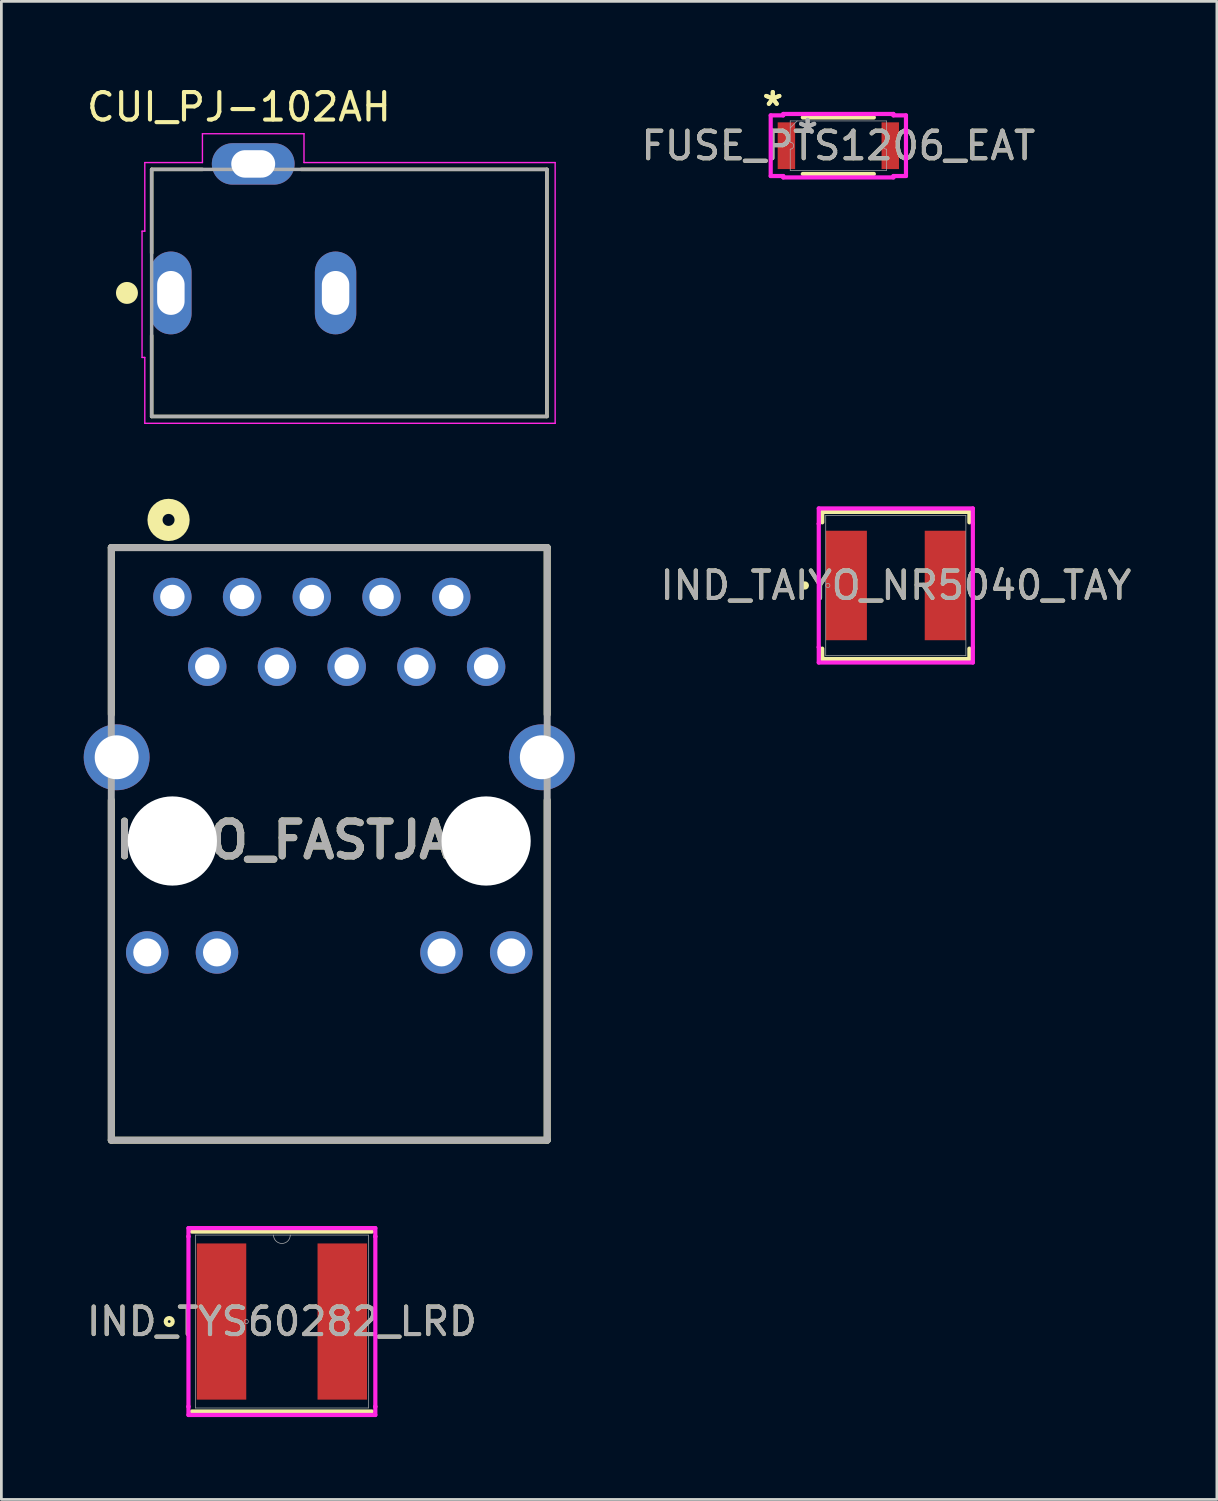
<source format=kicad_pcb>
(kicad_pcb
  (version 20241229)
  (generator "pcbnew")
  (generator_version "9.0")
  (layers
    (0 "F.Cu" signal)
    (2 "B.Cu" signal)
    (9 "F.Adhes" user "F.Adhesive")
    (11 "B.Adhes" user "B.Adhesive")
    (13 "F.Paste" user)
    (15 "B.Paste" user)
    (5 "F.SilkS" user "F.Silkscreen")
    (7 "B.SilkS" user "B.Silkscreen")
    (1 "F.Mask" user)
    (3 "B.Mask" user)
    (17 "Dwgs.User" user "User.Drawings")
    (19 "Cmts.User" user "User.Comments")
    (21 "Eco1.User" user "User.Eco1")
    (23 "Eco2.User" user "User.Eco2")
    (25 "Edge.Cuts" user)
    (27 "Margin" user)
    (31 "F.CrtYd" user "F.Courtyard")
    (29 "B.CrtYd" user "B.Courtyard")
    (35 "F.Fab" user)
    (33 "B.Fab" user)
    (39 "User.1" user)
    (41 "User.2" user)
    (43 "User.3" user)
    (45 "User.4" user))
  (footprint "HALO_FASTJACK"
    (layer "F.Cu")
    (at 8.945 24.539)
    (property "Reference" "HALO_FASTJACK" (at -0.414 3.019 0) (layer "F.SilkS") (effects (font (size 1.27 1.27) (thickness 0.254))))
    (attr through_hole)
    (fp_line (start -7.94 -7.64) (end -7.94 -1.564) (stroke (width 0.254) (type solid)) (layer "F.SilkS"))
    (fp_line (start -7.94 13.95) (end -7.94 1.564) (stroke (width 0.254) (type solid)) (layer "F.SilkS"))
    (fp_line (start -7.94 13.95) (end 7.94 13.95) (stroke (width 0.254) (type solid)) (layer "F.SilkS"))
    (fp_line (start 7.94 -7.64) (end -7.94 -7.64) (stroke (width 0.254) (type solid)) (layer "F.SilkS"))
    (fp_line (start 7.94 -7.64) (end 7.94 -1.564) (stroke (width 0.254) (type solid)) (layer "F.SilkS"))
    (fp_line (start 7.94 13.95) (end 7.94 1.564) (stroke (width 0.254) (type solid)) (layer "F.SilkS"))
    (fp_circle (center -5.854 -8.648) (end -5.854 -8.429) (stroke (width 0.55) (type solid)) (fill no) (layer "F.SilkS"))
    (fp_line (start -7.94 -7.64) (end 7.94 -7.64) (stroke (width 0.254) (type solid)) (layer "F.Fab"))
    (fp_line (start -7.94 13.95) (end -7.94 -7.64) (stroke (width 0.254) (type solid)) (layer "F.Fab"))
    (fp_line (start 7.94 -7.64) (end 7.94 13.95) (stroke (width 0.254) (type solid)) (layer "F.Fab"))
    (fp_line (start 7.94 13.95) (end -7.94 13.95) (stroke (width 0.254) (type solid)) (layer "F.Fab"))
    (fp_text user "${REFERENCE}" (at -0.414 3.019 0) (layer "F.Fab") (effects (font (size 1.27 1.27) (thickness 0.254))))
    (pad "" np_thru_hole circle (at -5.715 3.05) (size 3.25 3.25) (drill 3.25) (layers "*.Cu" "*.Mask"))
    (pad "" np_thru_hole circle (at 5.715 3.05) (size 3.25 3.25) (drill 3.25) (layers "*.Cu" "*.Mask"))
    (pad "1" thru_hole circle (at -5.715 -5.84) (size 1.4 1.4) (drill 0.89) (layers "*.Cu" "*.Mask"))
    (pad "2" thru_hole circle (at -4.445 -3.3) (size 1.4 1.4) (drill 0.89) (layers "*.Cu" "*.Mask"))
    (pad "3" thru_hole circle (at -3.175 -5.84) (size 1.4 1.4) (drill 0.89) (layers "*.Cu" "*.Mask"))
    (pad "4" thru_hole circle (at -1.905 -3.3) (size 1.4 1.4) (drill 0.89) (layers "*.Cu" "*.Mask"))
    (pad "5" thru_hole circle (at -0.635 -5.84) (size 1.4 1.4) (drill 0.89) (layers "*.Cu" "*.Mask"))
    (pad "6" thru_hole circle (at 0.635 -3.3) (size 1.4 1.4) (drill 0.89) (layers "*.Cu" "*.Mask"))
    (pad "7" thru_hole circle (at 1.905 -5.84) (size 1.4 1.4) (drill 0.89) (layers "*.Cu" "*.Mask"))
    (pad "8" thru_hole circle (at 3.175 -3.3) (size 1.4 1.4) (drill 0.89) (layers "*.Cu" "*.Mask"))
    (pad "9" thru_hole circle (at 4.445 -5.84) (size 1.4 1.4) (drill 0.89) (layers "*.Cu" "*.Mask"))
    (pad "10" thru_hole circle (at 5.715 -3.3) (size 1.4 1.4) (drill 0.89) (layers "*.Cu" "*.Mask"))
    (pad "11" thru_hole circle (at -6.63 7.11) (size 1.55 1.55) (drill 1.02) (layers "*.Cu" "*.Mask"))
    (pad "12" thru_hole circle (at -4.09 7.11) (size 1.55 1.55) (drill 1.02) (layers "*.Cu" "*.Mask"))
    (pad "13" thru_hole circle (at 4.09 7.11) (size 1.55 1.55) (drill 1.02) (layers "*.Cu" "*.Mask"))
    (pad "14" thru_hole circle (at 6.63 7.11) (size 1.55 1.55) (drill 1.02) (layers "*.Cu" "*.Mask"))
    (pad "15" thru_hole circle (at -7.745 0) (size 2.4 2.4) (drill 1.6) (layers "*.Cu" "*.Mask"))
    (pad "16" thru_hole circle (at 7.745 0) (size 2.4 2.4) (drill 1.6) (layers "*.Cu" "*.Mask")))
  (footprint "FUSE_PTS1206_EAT"
    (layer "F.Cu")
    (at 27.492 2.258)
    (property "Reference" "FUSE_PTS1206_EAT" (at 0 0 0) (unlocked yes) (layer "F.SilkS") (effects (font (size 1 1) (thickness 0.15))))
    (attr smd)
    (fp_line (start -1.294 -1.029) (end 1.294 -1.029) (stroke (width 0.152) (type solid)) (layer "F.SilkS"))
    (fp_line (start -1.294 1.029) (end 1.294 1.029) (stroke (width 0.152) (type solid)) (layer "F.SilkS"))
    (fp_line (start -2.464 -1.105) (end -2.007 -1.105) (stroke (width 0.152) (type solid)) (layer "F.CrtYd"))
    (fp_line (start -2.464 1.105) (end -2.464 -1.105) (stroke (width 0.152) (type solid)) (layer "F.CrtYd"))
    (fp_line (start -2.464 1.105) (end -2.007 1.105) (stroke (width 0.152) (type solid)) (layer "F.CrtYd"))
    (fp_line (start -2.007 -1.156) (end 2.007 -1.156) (stroke (width 0.152) (type solid)) (layer "F.CrtYd"))
    (fp_line (start -2.007 -1.105) (end -2.007 -1.156) (stroke (width 0.152) (type solid)) (layer "F.CrtYd"))
    (fp_line (start -2.007 1.156) (end -2.007 1.105) (stroke (width 0.152) (type solid)) (layer "F.CrtYd"))
    (fp_line (start 2.007 -1.156) (end 2.007 -1.105) (stroke (width 0.152) (type solid)) (layer "F.CrtYd"))
    (fp_line (start 2.007 1.105) (end 2.007 1.156) (stroke (width 0.152) (type solid)) (layer "F.CrtYd"))
    (fp_line (start 2.007 1.156) (end -2.007 1.156) (stroke (width 0.152) (type solid)) (layer "F.CrtYd"))
    (fp_line (start 2.464 -1.105) (end 2.007 -1.105) (stroke (width 0.152) (type solid)) (layer "F.CrtYd"))
    (fp_line (start 2.464 -1.105) (end 2.464 1.105) (stroke (width 0.152) (type solid)) (layer "F.CrtYd"))
    (fp_line (start 2.464 1.105) (end 2.007 1.105) (stroke (width 0.152) (type solid)) (layer "F.CrtYd"))
    (fp_line (start -1.753 -0.902) (end 1.753 -0.902) (stroke (width 0.025) (type solid)) (layer "F.Fab"))
    (fp_line (start -1.753 -0.127) (end -1.753 -0.902) (stroke (width 0.025) (type solid)) (layer "F.Fab"))
    (fp_line (start -1.753 0.127) (end -1.753 0.902) (stroke (width 0.025) (type solid)) (layer "F.Fab"))
    (fp_line (start -1.753 0.902) (end 1.753 0.902) (stroke (width 0.025) (type solid)) (layer "F.Fab"))
    (fp_line (start -1.499 -0.902) (end -1.753 -0.648) (stroke (width 0.025) (type solid)) (layer "F.Fab"))
    (fp_line (start 1.753 -0.127) (end 1.753 -0.902) (stroke (width 0.025) (type solid)) (layer "F.Fab"))
    (fp_line (start 1.753 0.127) (end 1.753 0.902) (stroke (width 0.025) (type solid)) (layer "F.Fab"))
    (fp_arc (start -1.7526 -0.127) (mid -1.6256 0) (end -1.7526 0.127) (stroke (width 0.0254) (type solid)) (layer "F.Fab"))
    (fp_arc (start 1.7526 0.127) (mid 1.6256 0) (end 1.7526 -0.127) (stroke (width 0.0254) (type solid)) (layer "F.Fab"))
    (fp_text user "*" (at -2.388 -1.41 0) (layer "F.SilkS") (effects (font (size 1 1) (thickness 0.15))))
    (fp_text user "*" (at -2.388 -1.41 0) (unlocked yes) (layer "F.SilkS") (effects (font (size 1 1) (thickness 0.15))))
    (fp_text user "*" (at -1.118 -0.394 0) (unlocked yes) (layer "F.Fab") (effects (font (size 1 1) (thickness 0.15))))
    (fp_text user "*" (at -1.118 -0.394 0) (layer "F.Fab") (effects (font (size 1 1) (thickness 0.15))))
    (fp_text user "${REFERENCE}" (at 0 0 0) (unlocked yes) (layer "F.Fab") (effects (font (size 1 1) (thickness 0.15))))
    (pad "1" smd rect (at -1.892 0) (size 0.635 1.702) (layers "F.Cu" "F.Mask" "F.Paste"))
    (pad "2" smd rect (at 1.892 0) (size 0.635 1.702) (layers "F.Cu" "F.Mask" "F.Paste")))
  (footprint "CUI_PJ-102AH"
    (layer "F.Cu")
    (at 9.675 7.622)
    (property "Reference" "CUI_PJ-102AH" (at -4.02 -6.773 0) (layer "F.SilkS") (effects (font (size 1.001 1.001) (thickness 0.15))))
    (attr through_hole)
    (fp_line (start -7.2 -4.5) (end -5.35 -4.5) (stroke (width 0.127) (type solid)) (layer "F.SilkS"))
    (fp_line (start -7.2 -1.45) (end -7.2 -4.5) (stroke (width 0.127) (type solid)) (layer "F.SilkS"))
    (fp_line (start -7.2 4.5) (end -7.2 1.55) (stroke (width 0.127) (type solid)) (layer "F.SilkS"))
    (fp_line (start -1.75 -4.5) (end 7.2 -4.5) (stroke (width 0.127) (type solid)) (layer "F.SilkS"))
    (fp_line (start 7.2 -4.5) (end 7.2 4.5) (stroke (width 0.127) (type solid)) (layer "F.SilkS"))
    (fp_line (start 7.2 4.5) (end -7.2 4.5) (stroke (width 0.127) (type solid)) (layer "F.SilkS"))
    (fp_circle (center -8.1 0) (end -7.9 0) (stroke (width 0.4) (type solid)) (fill no) (layer "F.SilkS"))
    (fp_line (start -7.55 -2.25) (end -7.55 2.35) (stroke (width 0.05) (type solid)) (layer "F.CrtYd"))
    (fp_line (start -7.55 2.35) (end -7.45 2.35) (stroke (width 0.05) (type solid)) (layer "F.CrtYd"))
    (fp_line (start -7.45 -4.75) (end -5.35 -4.75) (stroke (width 0.05) (type solid)) (layer "F.CrtYd"))
    (fp_line (start -7.45 -2.25) (end -7.55 -2.25) (stroke (width 0.05) (type solid)) (layer "F.CrtYd"))
    (fp_line (start -7.45 -2.25) (end -7.45 -4.75) (stroke (width 0.05) (type solid)) (layer "F.CrtYd"))
    (fp_line (start -7.45 4.75) (end -7.45 2.35) (stroke (width 0.05) (type solid)) (layer "F.CrtYd"))
    (fp_line (start -5.35 -5.8) (end -1.65 -5.8) (stroke (width 0.05) (type solid)) (layer "F.CrtYd"))
    (fp_line (start -5.35 -4.75) (end -5.35 -5.8) (stroke (width 0.05) (type solid)) (layer "F.CrtYd"))
    (fp_line (start -1.65 -5.8) (end -1.65 -4.75) (stroke (width 0.05) (type solid)) (layer "F.CrtYd"))
    (fp_line (start -1.65 -4.75) (end 7.5 -4.75) (stroke (width 0.05) (type solid)) (layer "F.CrtYd"))
    (fp_line (start 7.5 -4.75) (end 7.5 4.75) (stroke (width 0.05) (type solid)) (layer "F.CrtYd"))
    (fp_line (start 7.5 4.75) (end -7.45 4.75) (stroke (width 0.05) (type solid)) (layer "F.CrtYd"))
    (fp_line (start -7.2 -4.5) (end 7.2 -4.5) (stroke (width 0.127) (type solid)) (layer "F.Fab"))
    (fp_line (start -7.2 4.5) (end -7.2 -4.5) (stroke (width 0.127) (type solid)) (layer "F.Fab"))
    (fp_line (start 7.2 -4.5) (end 7.2 4.5) (stroke (width 0.127) (type solid)) (layer "F.Fab"))
    (fp_line (start 7.2 4.5) (end -7.2 4.5) (stroke (width 0.127) (type solid)) (layer "F.Fab"))
    (pad "1" thru_hole oval (at -6.5 0) (size 1.508 3.016) (drill oval 1 1.6) (layers "*.Cu" "*.Mask"))
    (pad "2" thru_hole oval (at -0.5 0) (size 1.508 3.016) (drill oval 1 1.6) (layers "*.Cu" "*.Mask"))
    (pad "3" thru_hole oval (at -3.5 -4.7) (size 3.016 1.508) (drill oval 1.6 1) (layers "*.Cu" "*.Mask")))
  (footprint "IND_TYS60282_LRD"
    (layer "F.Cu")
    (at 7.22 45.096)
    (property "Reference" "IND_TYS60282_LRD" (at 0 0 0) (unlocked yes) (layer "F.SilkS") (effects (font (size 1 1) (thickness 0.15))))
    (attr smd)
    (fp_line (start -3.277 3.277) (end 3.277 3.277) (stroke (width 0.152) (type solid)) (layer "F.SilkS"))
    (fp_line (start 3.277 -3.277) (end -3.277 -3.277) (stroke (width 0.152) (type solid)) (layer "F.SilkS"))
    (fp_circle (center -4.105 0) (end -3.978 0) (stroke (width 0.152) (type solid)) (fill no) (layer "F.SilkS"))
    (fp_line (start -3.404 -3.404) (end 3.404 -3.404) (stroke (width 0.152) (type solid)) (layer "F.CrtYd"))
    (fp_line (start -3.404 -3.099) (end -3.404 -3.404) (stroke (width 0.152) (type solid)) (layer "F.CrtYd"))
    (fp_line (start -3.404 -3.099) (end -3.404 -3.099) (stroke (width 0.152) (type solid)) (layer "F.CrtYd"))
    (fp_line (start -3.404 3.099) (end -3.404 -3.099) (stroke (width 0.152) (type solid)) (layer "F.CrtYd"))
    (fp_line (start -3.404 3.099) (end -3.404 3.099) (stroke (width 0.152) (type solid)) (layer "F.CrtYd"))
    (fp_line (start -3.404 3.404) (end -3.404 3.099) (stroke (width 0.152) (type solid)) (layer "F.CrtYd"))
    (fp_line (start 3.404 -3.404) (end 3.404 -3.099) (stroke (width 0.152) (type solid)) (layer "F.CrtYd"))
    (fp_line (start 3.404 -3.099) (end 3.404 -3.099) (stroke (width 0.152) (type solid)) (layer "F.CrtYd"))
    (fp_line (start 3.404 -3.099) (end 3.404 3.099) (stroke (width 0.152) (type solid)) (layer "F.CrtYd"))
    (fp_line (start 3.404 3.099) (end 3.404 3.099) (stroke (width 0.152) (type solid)) (layer "F.CrtYd"))
    (fp_line (start 3.404 3.099) (end 3.404 3.404) (stroke (width 0.152) (type solid)) (layer "F.CrtYd"))
    (fp_line (start 3.404 3.404) (end -3.404 3.404) (stroke (width 0.152) (type solid)) (layer "F.CrtYd"))
    (fp_line (start -3.15 -3.15) (end -3.15 3.15) (stroke (width 0.025) (type solid)) (layer "F.Fab"))
    (fp_line (start -3.15 3.15) (end 3.15 3.15) (stroke (width 0.025) (type solid)) (layer "F.Fab"))
    (fp_line (start 3.15 -3.15) (end -3.15 -3.15) (stroke (width 0.025) (type solid)) (layer "F.Fab"))
    (fp_line (start 3.15 3.15) (end 3.15 -3.15) (stroke (width 0.025) (type solid)) (layer "F.Fab"))
    (fp_arc (start 0.3048 -3.1496) (mid 0 -2.8448) (end -0.3048 -3.1496) (stroke (width 0.0254) (type solid)) (layer "F.Fab"))
    (fp_circle (center -1.298 0) (end -1.222 0) (stroke (width 0.025) (type solid)) (fill no) (layer "F.Fab"))
    (fp_text user "${REFERENCE}" (at 0 0 0) (unlocked yes) (layer "F.Fab") (effects (font (size 1 1) (thickness 0.15))))
    (pad "1" smd rect (at -2.2 0) (size 1.803 5.69) (layers "F.Cu" "F.Mask" "F.Paste"))
    (pad "2" smd rect (at 2.2 0) (size 1.803 5.69) (layers "F.Cu" "F.Mask" "F.Paste")))
  (footprint "IND_TAIYO_NR5040_TAY"
    (layer "F.Cu")
    (at 29.586 18.28)
    (property "Reference" "IND_TAIYO_NR5040_TAY" (at 0 0 0) (unlocked yes) (layer "F.SilkS") (effects (font (size 1 1) (thickness 0.15))))
    (attr smd)
    (fp_line (start -2.68 -2.68) (end -2.68 -2.301) (stroke (width 0.152) (type solid)) (layer "F.SilkS"))
    (fp_line (start -2.68 2.301) (end -2.68 2.68) (stroke (width 0.152) (type solid)) (layer "F.SilkS"))
    (fp_line (start -2.68 2.68) (end 2.68 2.68) (stroke (width 0.152) (type solid)) (layer "F.SilkS"))
    (fp_line (start 2.68 -2.68) (end -2.68 -2.68) (stroke (width 0.152) (type solid)) (layer "F.SilkS"))
    (fp_line (start 2.68 -2.301) (end 2.68 -2.68) (stroke (width 0.152) (type solid)) (layer "F.SilkS"))
    (fp_line (start 2.68 2.68) (end 2.68 2.301) (stroke (width 0.152) (type solid)) (layer "F.SilkS"))
    (fp_circle (center -3.315 0) (end -3.239 0) (stroke (width 0.152) (type solid)) (fill no) (layer "F.SilkS"))
    (fp_line (start -2.807 -2.807) (end 2.807 -2.807) (stroke (width 0.152) (type solid)) (layer "F.CrtYd"))
    (fp_line (start -2.807 -2.248) (end -2.807 -2.807) (stroke (width 0.152) (type solid)) (layer "F.CrtYd"))
    (fp_line (start -2.807 -2.248) (end -2.807 -2.248) (stroke (width 0.152) (type solid)) (layer "F.CrtYd"))
    (fp_line (start -2.807 2.248) (end -2.807 -2.248) (stroke (width 0.152) (type solid)) (layer "F.CrtYd"))
    (fp_line (start -2.807 2.248) (end -2.807 2.248) (stroke (width 0.152) (type solid)) (layer "F.CrtYd"))
    (fp_line (start -2.807 2.807) (end -2.807 2.248) (stroke (width 0.152) (type solid)) (layer "F.CrtYd"))
    (fp_line (start 2.807 -2.807) (end 2.807 -2.248) (stroke (width 0.152) (type solid)) (layer "F.CrtYd"))
    (fp_line (start 2.807 -2.248) (end 2.807 -2.248) (stroke (width 0.152) (type solid)) (layer "F.CrtYd"))
    (fp_line (start 2.807 -2.248) (end 2.807 2.248) (stroke (width 0.152) (type solid)) (layer "F.CrtYd"))
    (fp_line (start 2.807 2.248) (end 2.807 2.248) (stroke (width 0.152) (type solid)) (layer "F.CrtYd"))
    (fp_line (start 2.807 2.248) (end 2.807 2.807) (stroke (width 0.152) (type solid)) (layer "F.CrtYd"))
    (fp_line (start 2.807 2.807) (end -2.807 2.807) (stroke (width 0.152) (type solid)) (layer "F.CrtYd"))
    (fp_line (start -2.553 -2.553) (end -2.553 2.553) (stroke (width 0.025) (type solid)) (layer "F.Fab"))
    (fp_line (start -2.553 2.553) (end 2.553 2.553) (stroke (width 0.025) (type solid)) (layer "F.Fab"))
    (fp_line (start 2.553 -2.553) (end -2.553 -2.553) (stroke (width 0.025) (type solid)) (layer "F.Fab"))
    (fp_line (start 2.553 2.553) (end 2.553 -2.553) (stroke (width 0.025) (type solid)) (layer "F.Fab"))
    (fp_circle (center -2.477 0) (end -2.4 0) (stroke (width 0.025) (type solid)) (fill no) (layer "F.Fab"))
    (fp_text user "${REFERENCE}" (at 0 0 0) (unlocked yes) (layer "F.Fab") (effects (font (size 1 1) (thickness 0.15))))
    (pad "1" smd rect (at -1.803 0) (size 1.499 3.988) (layers "F.Cu" "F.Mask" "F.Paste"))
    (pad "2" smd rect (at 1.803 0) (size 1.499 3.988) (layers "F.Cu" "F.Mask" "F.Paste"))
    (zone (net_name "") (layer "F.Cu") (hatch full 0.508) (connect_pads) (min_thickness 0.254) (filled_areas_thickness no) (keepout (tracks not_allowed) (vias not_allowed) (pads allowed) (copperpour not_allowed) (footprints allowed)) (placement (enabled no)) (fill) (polygon (pts (xy 28.583 15.778) (xy 30.59 15.778) (xy 30.59 20.782) (xy 28.583 20.782)))))
  (gr_rect
    (start -3 -3)
    (end 41.283 51.576)
    (stroke (width 0.1) (type default))
    (fill no)
    (layer "Edge.Cuts")))
</source>
